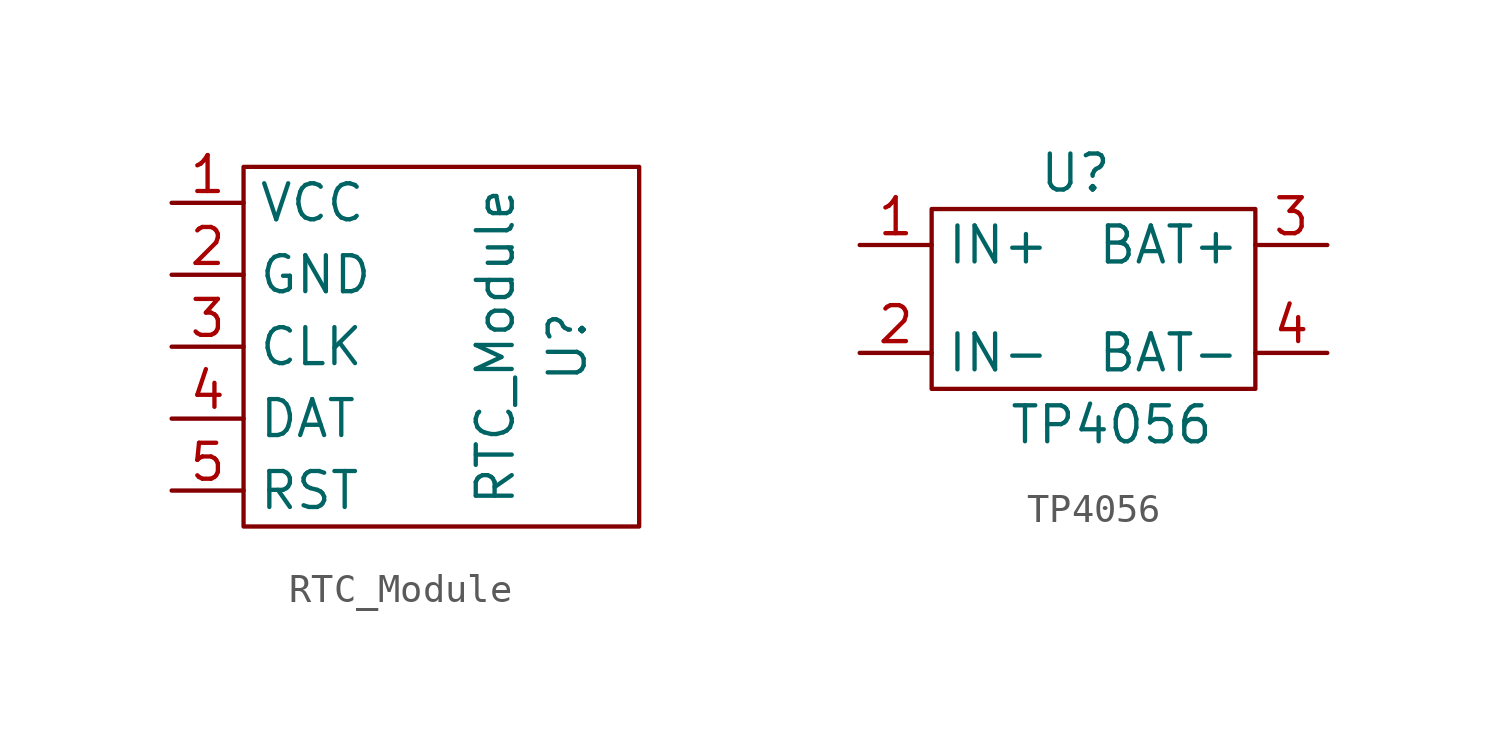
<source format=kicad_sym>
(kicad_symbol_lib
  (version 20211014)
  (generator kicad_symbol_editor)
  (symbol "RTC_Module"
    (property "Reference" "U"
      (at 13.97 -10.16 90)
      (effects (font (size 1.27 1.27))))
    (property "Value" "RTC_Module"
      (at 11.43 -10.16 90)
      (effects (font (size 1.27 1.27))))
    (symbol "RTC_Module_0_1"
      (rectangle (start 2.54 -3.81) (end 16.51 -16.51) (stroke (width 0) (type default) (color 0 0 0 0)) (fill (type none))))
    (symbol "RTC_Module_1_1"
      (pin input line (at 0 -5.08 0) (length 2.54) (name "VCC" (effects (font (size 1.27 1.27)))) (number "1" (effects (font (size 1.27 1.27)))))
      (pin input line (at 0 -7.62 0) (length 2.54) (name "GND" (effects (font (size 1.27 1.27)))) (number "2" (effects (font (size 1.27 1.27)))))
      (pin input line (at 0 -10.16 0) (length 2.54) (name "CLK" (effects (font (size 1.27 1.27)))) (number "3" (effects (font (size 1.27 1.27)))))
      (pin input line (at 0 -12.7 0) (length 2.54) (name "DAT" (effects (font (size 1.27 1.27)))) (number "4" (effects (font (size 1.27 1.27)))))
      (pin input line (at 0 -15.24 0) (length 2.54) (name "RST" (effects (font (size 1.27 1.27)))) (number "5" (effects (font (size 1.27 1.27)))))))
  (symbol "TP4056"
    (property "Reference" "U"
      (at 3.81 0 0)
      (effects (font (size 1.27 1.27))))
    (property "Value" "TP4056"
      (at 5.08 -8.89 0)
      (effects (font (size 1.27 1.27))))
    (symbol "TP4056_0_1"
      (rectangle (start 10.16 -1.27) (end -1.27 -7.62) (stroke (width 0) (type default) (color 0 0 0 0)) (fill (type none))))
    (symbol "TP4056_1_1"
      (pin input line (at -3.81 -2.54 0) (length 2.54) (name "IN+" (effects (font (size 1.27 1.27)))) (number "1" (effects (font (size 1.27 1.27)))))
      (pin input line (at -3.81 -6.35 0) (length 2.54) (name "IN-" (effects (font (size 1.27 1.27)))) (number "2" (effects (font (size 1.27 1.27)))))
      (pin input line (at 12.7 -2.54 180) (length 2.54) (name "BAT+" (effects (font (size 1.27 1.27)))) (number "3" (effects (font (size 1.27 1.27)))))
      (pin input line (at 12.7 -6.35 180) (length 2.54) (name "BAT-" (effects (font (size 1.27 1.27)))) (number "4" (effects (font (size 1.27 1.27))))))))
</source>
